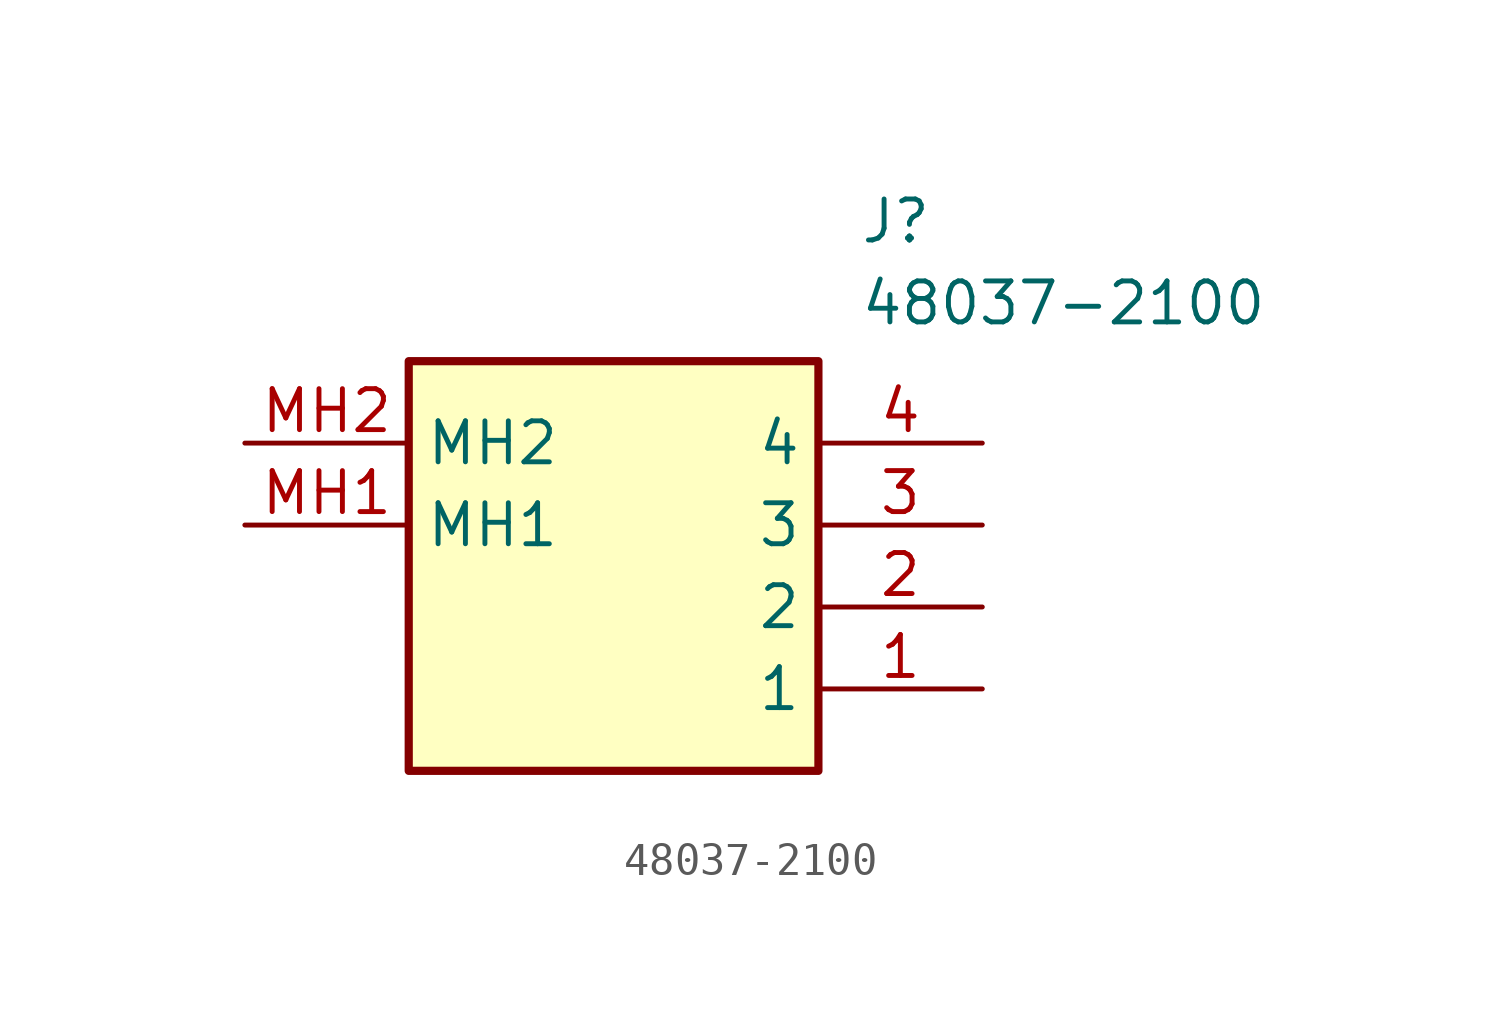
<source format=kicad_sym>
(kicad_symbol_lib
  (version 20211014)
  (generator SamacSys_ECAD_Model)
  (symbol "48037-2100"
    (property "Reference" "J"
      (at 19.05 7.62 0)
      (effects (font (size 1.27 1.27)) (justify left top)))
    (property "Value" "48037-2100"
      (at 19.05 5.08 0)
      (effects (font (size 1.27 1.27)) (justify left top)))
    (rectangle
      (start 5.08 2.54)
      (end 17.78 -10.16)
      (stroke (width 0.254) (type default))
      (fill (type background)))
    (pin passive line
      (at 22.86 -7.62 180)
      (length 5.08)
      (name "1" (effects (font (size 1.27 1.27))))
      (number "1" (effects (font (size 1.27 1.27)))))
    (pin passive line
      (at 22.86 -5.08 180)
      (length 5.08)
      (name "2" (effects (font (size 1.27 1.27))))
      (number "2" (effects (font (size 1.27 1.27)))))
    (pin passive line
      (at 22.86 -2.54 180)
      (length 5.08)
      (name "3" (effects (font (size 1.27 1.27))))
      (number "3" (effects (font (size 1.27 1.27)))))
    (pin passive line
      (at 22.86 0 180)
      (length 5.08)
      (name "4" (effects (font (size 1.27 1.27))))
      (number "4" (effects (font (size 1.27 1.27)))))
    (pin passive line
      (at 0 -2.54 0)
      (length 5.08)
      (name "MH1" (effects (font (size 1.27 1.27))))
      (number "MH1" (effects (font (size 1.27 1.27)))))
    (pin passive line
      (at 0 0 0)
      (length 5.08)
      (name "MH2" (effects (font (size 1.27 1.27))))
      (number "MH2" (effects (font (size 1.27 1.27)))))))
</source>
